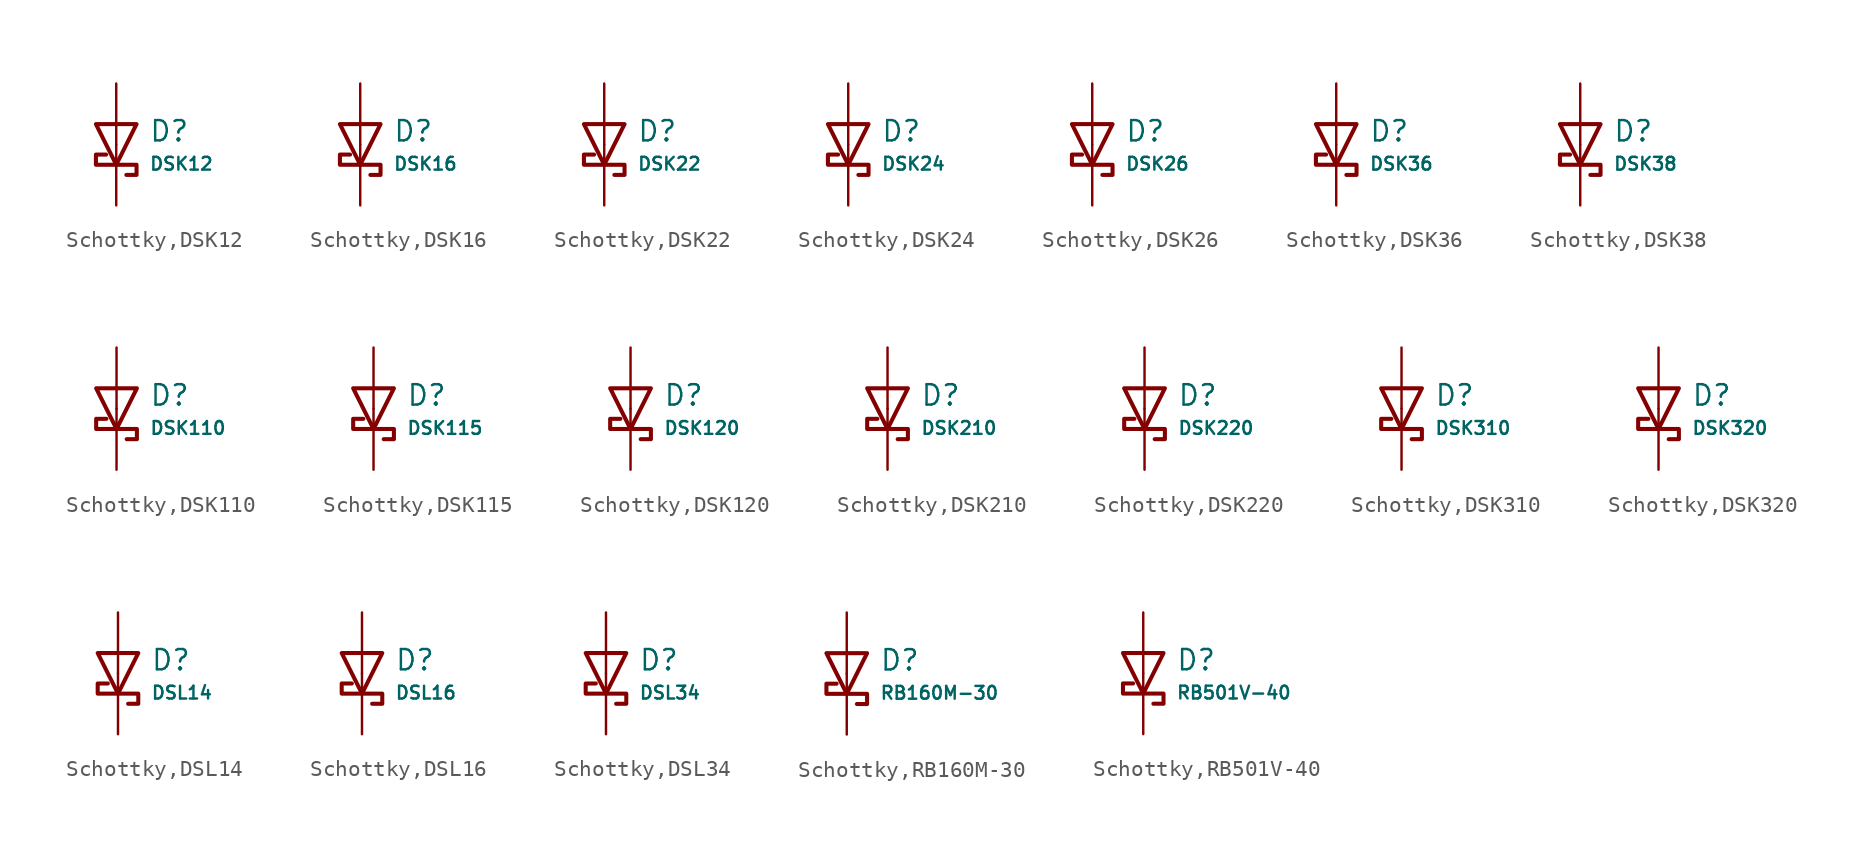
<source format=kicad_sym>
(kicad_symbol_lib
  (version 20231120)
  (generator "CDFER")
  (generator_version "8.0")
  (symbol "Schottky,DSK12"
    (pin_numbers hide)
    (pin_names
      (offset 0))
    (property "Reference" "D"
      (at 2.032 0.834 0)
      (effects (font (size 1.27 1.27)) (justify left)))
    (property "Value" "DSK12"
      (at 2.032 -1.212 0)
      (effects (font (size 0.8 0.8)) (justify left)))
    (symbol "Schottky,DSK12_0_1"
      (polyline (pts (xy -1.27 1.27) (xy 0.00 -1.27) (xy 1.27 1.27) (xy -1.27 1.27)) (stroke (width 0.254) (type default)) (fill (type none))))
    (symbol "Schottky,DSK12_0_1"
      (polyline (pts (xy 0.635 -1.905) (xy 1.27 -1.905) (xy 1.27 -1.27) (xy -1.27 -1.27) (xy -1.27 -0.635) (xy -0.635 -0.635)) (stroke (width 0.254) (type default)) (fill (type none))))
    (symbol "Schottky,DSK12_1_1"
      (pin passive line (at 0 3.81 270) (length 3.81) (name "~" (effects (font (size 1.27 1.27)))) (number "2" (effects (font (size 1.27 1.27)))))
      (pin passive line (at 0 -3.81 90) (length 3.81) (name "~" (effects (font (size 1.27 1.27)))) (number "1" (effects (font (size 1.27 1.27)))))))
  (symbol "Schottky,DSK16"
    (pin_numbers hide)
    (pin_names
      (offset 0))
    (property "Reference" "D"
      (at 2.032 0.834 0)
      (effects (font (size 1.27 1.27)) (justify left)))
    (property "Value" "DSK16"
      (at 2.032 -1.212 0)
      (effects (font (size 0.8 0.8)) (justify left)))
    (symbol "Schottky,DSK16_0_1"
      (polyline (pts (xy -1.27 1.27) (xy 0.00 -1.27) (xy 1.27 1.27) (xy -1.27 1.27)) (stroke (width 0.254) (type default)) (fill (type none))))
    (symbol "Schottky,DSK16_0_1"
      (polyline (pts (xy 0.635 -1.905) (xy 1.27 -1.905) (xy 1.27 -1.27) (xy -1.27 -1.27) (xy -1.27 -0.635) (xy -0.635 -0.635)) (stroke (width 0.254) (type default)) (fill (type none))))
    (symbol "Schottky,DSK16_1_1"
      (pin passive line (at 0 3.81 270) (length 3.81) (name "~" (effects (font (size 1.27 1.27)))) (number "2" (effects (font (size 1.27 1.27)))))
      (pin passive line (at 0 -3.81 90) (length 3.81) (name "~" (effects (font (size 1.27 1.27)))) (number "1" (effects (font (size 1.27 1.27)))))))
  (symbol "Schottky,DSK22"
    (pin_numbers hide)
    (pin_names
      (offset 0))
    (property "Reference" "D"
      (at 2.032 0.834 0)
      (effects (font (size 1.27 1.27)) (justify left)))
    (property "Value" "DSK22"
      (at 2.032 -1.212 0)
      (effects (font (size 0.8 0.8)) (justify left)))
    (symbol "Schottky,DSK22_0_1"
      (polyline (pts (xy -1.27 1.27) (xy 0.00 -1.27) (xy 1.27 1.27) (xy -1.27 1.27)) (stroke (width 0.254) (type default)) (fill (type none))))
    (symbol "Schottky,DSK22_0_1"
      (polyline (pts (xy 0.635 -1.905) (xy 1.27 -1.905) (xy 1.27 -1.27) (xy -1.27 -1.27) (xy -1.27 -0.635) (xy -0.635 -0.635)) (stroke (width 0.254) (type default)) (fill (type none))))
    (symbol "Schottky,DSK22_1_1"
      (pin passive line (at 0 3.81 270) (length 3.81) (name "~" (effects (font (size 1.27 1.27)))) (number "2" (effects (font (size 1.27 1.27)))))
      (pin passive line (at 0 -3.81 90) (length 3.81) (name "~" (effects (font (size 1.27 1.27)))) (number "1" (effects (font (size 1.27 1.27)))))))
  (symbol "Schottky,DSK24"
    (pin_numbers hide)
    (pin_names
      (offset 0))
    (property "Reference" "D"
      (at 2.032 0.834 0)
      (effects (font (size 1.27 1.27)) (justify left)))
    (property "Value" "DSK24"
      (at 2.032 -1.212 0)
      (effects (font (size 0.8 0.8)) (justify left)))
    (symbol "Schottky,DSK24_0_1"
      (polyline (pts (xy -1.27 1.27) (xy 0.00 -1.27) (xy 1.27 1.27) (xy -1.27 1.27)) (stroke (width 0.254) (type default)) (fill (type none))))
    (symbol "Schottky,DSK24_0_1"
      (polyline (pts (xy 0.635 -1.905) (xy 1.27 -1.905) (xy 1.27 -1.27) (xy -1.27 -1.27) (xy -1.27 -0.635) (xy -0.635 -0.635)) (stroke (width 0.254) (type default)) (fill (type none))))
    (symbol "Schottky,DSK24_1_1"
      (pin passive line (at 0 3.81 270) (length 3.81) (name "~" (effects (font (size 1.27 1.27)))) (number "2" (effects (font (size 1.27 1.27)))))
      (pin passive line (at 0 -3.81 90) (length 3.81) (name "~" (effects (font (size 1.27 1.27)))) (number "1" (effects (font (size 1.27 1.27)))))))
  (symbol "Schottky,DSK26"
    (pin_numbers hide)
    (pin_names
      (offset 0))
    (property "Reference" "D"
      (at 2.032 0.834 0)
      (effects (font (size 1.27 1.27)) (justify left)))
    (property "Value" "DSK26"
      (at 2.032 -1.212 0)
      (effects (font (size 0.8 0.8)) (justify left)))
    (symbol "Schottky,DSK26_0_1"
      (polyline (pts (xy -1.27 1.27) (xy 0.00 -1.27) (xy 1.27 1.27) (xy -1.27 1.27)) (stroke (width 0.254) (type default)) (fill (type none))))
    (symbol "Schottky,DSK26_0_1"
      (polyline (pts (xy 0.635 -1.905) (xy 1.27 -1.905) (xy 1.27 -1.27) (xy -1.27 -1.27) (xy -1.27 -0.635) (xy -0.635 -0.635)) (stroke (width 0.254) (type default)) (fill (type none))))
    (symbol "Schottky,DSK26_1_1"
      (pin passive line (at 0 3.81 270) (length 3.81) (name "~" (effects (font (size 1.27 1.27)))) (number "2" (effects (font (size 1.27 1.27)))))
      (pin passive line (at 0 -3.81 90) (length 3.81) (name "~" (effects (font (size 1.27 1.27)))) (number "1" (effects (font (size 1.27 1.27)))))))
  (symbol "Schottky,DSK36"
    (pin_numbers hide)
    (pin_names
      (offset 0))
    (property "Reference" "D"
      (at 2.032 0.834 0)
      (effects (font (size 1.27 1.27)) (justify left)))
    (property "Value" "DSK36"
      (at 2.032 -1.212 0)
      (effects (font (size 0.8 0.8)) (justify left)))
    (symbol "Schottky,DSK36_0_1"
      (polyline (pts (xy -1.27 1.27) (xy 0.00 -1.27) (xy 1.27 1.27) (xy -1.27 1.27)) (stroke (width 0.254) (type default)) (fill (type none))))
    (symbol "Schottky,DSK36_0_1"
      (polyline (pts (xy 0.635 -1.905) (xy 1.27 -1.905) (xy 1.27 -1.27) (xy -1.27 -1.27) (xy -1.27 -0.635) (xy -0.635 -0.635)) (stroke (width 0.254) (type default)) (fill (type none))))
    (symbol "Schottky,DSK36_1_1"
      (pin passive line (at 0 3.81 270) (length 3.81) (name "~" (effects (font (size 1.27 1.27)))) (number "2" (effects (font (size 1.27 1.27)))))
      (pin passive line (at 0 -3.81 90) (length 3.81) (name "~" (effects (font (size 1.27 1.27)))) (number "1" (effects (font (size 1.27 1.27)))))))
  (symbol "Schottky,DSK38"
    (pin_numbers hide)
    (pin_names
      (offset 0))
    (property "Reference" "D"
      (at 2.032 0.834 0)
      (effects (font (size 1.27 1.27)) (justify left)))
    (property "Value" "DSK38"
      (at 2.032 -1.212 0)
      (effects (font (size 0.8 0.8)) (justify left)))
    (symbol "Schottky,DSK38_0_1"
      (polyline (pts (xy -1.27 1.27) (xy 0.00 -1.27) (xy 1.27 1.27) (xy -1.27 1.27)) (stroke (width 0.254) (type default)) (fill (type none))))
    (symbol "Schottky,DSK38_0_1"
      (polyline (pts (xy 0.635 -1.905) (xy 1.27 -1.905) (xy 1.27 -1.27) (xy -1.27 -1.27) (xy -1.27 -0.635) (xy -0.635 -0.635)) (stroke (width 0.254) (type default)) (fill (type none))))
    (symbol "Schottky,DSK38_1_1"
      (pin passive line (at 0 3.81 270) (length 3.81) (name "~" (effects (font (size 1.27 1.27)))) (number "2" (effects (font (size 1.27 1.27)))))
      (pin passive line (at 0 -3.81 90) (length 3.81) (name "~" (effects (font (size 1.27 1.27)))) (number "1" (effects (font (size 1.27 1.27)))))))
  (symbol "Schottky,DSK110"
    (pin_numbers hide)
    (pin_names
      (offset 0))
    (property "Reference" "D"
      (at 2.032 0.834 0)
      (effects (font (size 1.27 1.27)) (justify left)))
    (property "Value" "DSK110"
      (at 2.032 -1.212 0)
      (effects (font (size 0.8 0.8)) (justify left)))
    (symbol "Schottky,DSK110_0_1"
      (polyline (pts (xy -1.27 1.27) (xy 0.00 -1.27) (xy 1.27 1.27) (xy -1.27 1.27)) (stroke (width 0.254) (type default)) (fill (type none))))
    (symbol "Schottky,DSK110_0_1"
      (polyline (pts (xy 0.635 -1.905) (xy 1.27 -1.905) (xy 1.27 -1.27) (xy -1.27 -1.27) (xy -1.27 -0.635) (xy -0.635 -0.635)) (stroke (width 0.254) (type default)) (fill (type none))))
    (symbol "Schottky,DSK110_1_1"
      (pin passive line (at 0 3.81 270) (length 3.81) (name "~" (effects (font (size 1.27 1.27)))) (number "2" (effects (font (size 1.27 1.27)))))
      (pin passive line (at 0 -3.81 90) (length 3.81) (name "~" (effects (font (size 1.27 1.27)))) (number "1" (effects (font (size 1.27 1.27)))))))
  (symbol "Schottky,DSK115"
    (pin_numbers hide)
    (pin_names
      (offset 0))
    (property "Reference" "D"
      (at 2.032 0.834 0)
      (effects (font (size 1.27 1.27)) (justify left)))
    (property "Value" "DSK115"
      (at 2.032 -1.212 0)
      (effects (font (size 0.8 0.8)) (justify left)))
    (symbol "Schottky,DSK115_0_1"
      (polyline (pts (xy -1.27 1.27) (xy 0.00 -1.27) (xy 1.27 1.27) (xy -1.27 1.27)) (stroke (width 0.254) (type default)) (fill (type none))))
    (symbol "Schottky,DSK115_0_1"
      (polyline (pts (xy 0.635 -1.905) (xy 1.27 -1.905) (xy 1.27 -1.27) (xy -1.27 -1.27) (xy -1.27 -0.635) (xy -0.635 -0.635)) (stroke (width 0.254) (type default)) (fill (type none))))
    (symbol "Schottky,DSK115_1_1"
      (pin passive line (at 0 3.81 270) (length 3.81) (name "~" (effects (font (size 1.27 1.27)))) (number "2" (effects (font (size 1.27 1.27)))))
      (pin passive line (at 0 -3.81 90) (length 3.81) (name "~" (effects (font (size 1.27 1.27)))) (number "1" (effects (font (size 1.27 1.27)))))))
  (symbol "Schottky,DSK120"
    (pin_numbers hide)
    (pin_names
      (offset 0))
    (property "Reference" "D"
      (at 2.032 0.834 0)
      (effects (font (size 1.27 1.27)) (justify left)))
    (property "Value" "DSK120"
      (at 2.032 -1.212 0)
      (effects (font (size 0.8 0.8)) (justify left)))
    (symbol "Schottky,DSK120_0_1"
      (polyline (pts (xy -1.27 1.27) (xy 0.00 -1.27) (xy 1.27 1.27) (xy -1.27 1.27)) (stroke (width 0.254) (type default)) (fill (type none))))
    (symbol "Schottky,DSK120_0_1"
      (polyline (pts (xy 0.635 -1.905) (xy 1.27 -1.905) (xy 1.27 -1.27) (xy -1.27 -1.27) (xy -1.27 -0.635) (xy -0.635 -0.635)) (stroke (width 0.254) (type default)) (fill (type none))))
    (symbol "Schottky,DSK120_1_1"
      (pin passive line (at 0 3.81 270) (length 3.81) (name "~" (effects (font (size 1.27 1.27)))) (number "2" (effects (font (size 1.27 1.27)))))
      (pin passive line (at 0 -3.81 90) (length 3.81) (name "~" (effects (font (size 1.27 1.27)))) (number "1" (effects (font (size 1.27 1.27)))))))
  (symbol "Schottky,DSK210"
    (pin_numbers hide)
    (pin_names
      (offset 0))
    (property "Reference" "D"
      (at 2.032 0.834 0)
      (effects (font (size 1.27 1.27)) (justify left)))
    (property "Value" "DSK210"
      (at 2.032 -1.212 0)
      (effects (font (size 0.8 0.8)) (justify left)))
    (symbol "Schottky,DSK210_0_1"
      (polyline (pts (xy -1.27 1.27) (xy 0.00 -1.27) (xy 1.27 1.27) (xy -1.27 1.27)) (stroke (width 0.254) (type default)) (fill (type none))))
    (symbol "Schottky,DSK210_0_1"
      (polyline (pts (xy 0.635 -1.905) (xy 1.27 -1.905) (xy 1.27 -1.27) (xy -1.27 -1.27) (xy -1.27 -0.635) (xy -0.635 -0.635)) (stroke (width 0.254) (type default)) (fill (type none))))
    (symbol "Schottky,DSK210_1_1"
      (pin passive line (at 0 3.81 270) (length 3.81) (name "~" (effects (font (size 1.27 1.27)))) (number "2" (effects (font (size 1.27 1.27)))))
      (pin passive line (at 0 -3.81 90) (length 3.81) (name "~" (effects (font (size 1.27 1.27)))) (number "1" (effects (font (size 1.27 1.27)))))))
  (symbol "Schottky,DSK220"
    (pin_numbers hide)
    (pin_names
      (offset 0))
    (property "Reference" "D"
      (at 2.032 0.834 0)
      (effects (font (size 1.27 1.27)) (justify left)))
    (property "Value" "DSK220"
      (at 2.032 -1.212 0)
      (effects (font (size 0.8 0.8)) (justify left)))
    (symbol "Schottky,DSK220_0_1"
      (polyline (pts (xy -1.27 1.27) (xy 0.00 -1.27) (xy 1.27 1.27) (xy -1.27 1.27)) (stroke (width 0.254) (type default)) (fill (type none))))
    (symbol "Schottky,DSK220_0_1"
      (polyline (pts (xy 0.635 -1.905) (xy 1.27 -1.905) (xy 1.27 -1.27) (xy -1.27 -1.27) (xy -1.27 -0.635) (xy -0.635 -0.635)) (stroke (width 0.254) (type default)) (fill (type none))))
    (symbol "Schottky,DSK220_1_1"
      (pin passive line (at 0 3.81 270) (length 3.81) (name "~" (effects (font (size 1.27 1.27)))) (number "2" (effects (font (size 1.27 1.27)))))
      (pin passive line (at 0 -3.81 90) (length 3.81) (name "~" (effects (font (size 1.27 1.27)))) (number "1" (effects (font (size 1.27 1.27)))))))
  (symbol "Schottky,DSK310"
    (pin_numbers hide)
    (pin_names
      (offset 0))
    (property "Reference" "D"
      (at 2.032 0.834 0)
      (effects (font (size 1.27 1.27)) (justify left)))
    (property "Value" "DSK310"
      (at 2.032 -1.212 0)
      (effects (font (size 0.8 0.8)) (justify left)))
    (symbol "Schottky,DSK310_0_1"
      (polyline (pts (xy -1.27 1.27) (xy 0.00 -1.27) (xy 1.27 1.27) (xy -1.27 1.27)) (stroke (width 0.254) (type default)) (fill (type none))))
    (symbol "Schottky,DSK310_0_1"
      (polyline (pts (xy 0.635 -1.905) (xy 1.27 -1.905) (xy 1.27 -1.27) (xy -1.27 -1.27) (xy -1.27 -0.635) (xy -0.635 -0.635)) (stroke (width 0.254) (type default)) (fill (type none))))
    (symbol "Schottky,DSK310_1_1"
      (pin passive line (at 0 3.81 270) (length 3.81) (name "~" (effects (font (size 1.27 1.27)))) (number "2" (effects (font (size 1.27 1.27)))))
      (pin passive line (at 0 -3.81 90) (length 3.81) (name "~" (effects (font (size 1.27 1.27)))) (number "1" (effects (font (size 1.27 1.27)))))))
  (symbol "Schottky,DSK320"
    (pin_numbers hide)
    (pin_names
      (offset 0))
    (property "Reference" "D"
      (at 2.032 0.834 0)
      (effects (font (size 1.27 1.27)) (justify left)))
    (property "Value" "DSK320"
      (at 2.032 -1.212 0)
      (effects (font (size 0.8 0.8)) (justify left)))
    (symbol "Schottky,DSK320_0_1"
      (polyline (pts (xy -1.27 1.27) (xy 0.00 -1.27) (xy 1.27 1.27) (xy -1.27 1.27)) (stroke (width 0.254) (type default)) (fill (type none))))
    (symbol "Schottky,DSK320_0_1"
      (polyline (pts (xy 0.635 -1.905) (xy 1.27 -1.905) (xy 1.27 -1.27) (xy -1.27 -1.27) (xy -1.27 -0.635) (xy -0.635 -0.635)) (stroke (width 0.254) (type default)) (fill (type none))))
    (symbol "Schottky,DSK320_1_1"
      (pin passive line (at 0 3.81 270) (length 3.81) (name "~" (effects (font (size 1.27 1.27)))) (number "2" (effects (font (size 1.27 1.27)))))
      (pin passive line (at 0 -3.81 90) (length 3.81) (name "~" (effects (font (size 1.27 1.27)))) (number "1" (effects (font (size 1.27 1.27)))))))
  (symbol "Schottky,DSL14"
    (pin_numbers hide)
    (pin_names
      (offset 0))
    (property "Reference" "D"
      (at 2.032 0.834 0)
      (effects (font (size 1.27 1.27)) (justify left)))
    (property "Value" "DSL14"
      (at 2.032 -1.212 0)
      (effects (font (size 0.8 0.8)) (justify left)))
    (symbol "Schottky,DSL14_0_1"
      (polyline (pts (xy -1.27 1.27) (xy 0.00 -1.27) (xy 1.27 1.27) (xy -1.27 1.27)) (stroke (width 0.254) (type default)) (fill (type none))))
    (symbol "Schottky,DSL14_0_1"
      (polyline (pts (xy 0.635 -1.905) (xy 1.27 -1.905) (xy 1.27 -1.27) (xy -1.27 -1.27) (xy -1.27 -0.635) (xy -0.635 -0.635)) (stroke (width 0.254) (type default)) (fill (type none))))
    (symbol "Schottky,DSL14_1_1"
      (pin passive line (at 0 3.81 270) (length 3.81) (name "~" (effects (font (size 1.27 1.27)))) (number "2" (effects (font (size 1.27 1.27)))))
      (pin passive line (at 0 -3.81 90) (length 3.81) (name "~" (effects (font (size 1.27 1.27)))) (number "1" (effects (font (size 1.27 1.27)))))))
  (symbol "Schottky,DSL16"
    (pin_numbers hide)
    (pin_names
      (offset 0))
    (property "Reference" "D"
      (at 2.032 0.834 0)
      (effects (font (size 1.27 1.27)) (justify left)))
    (property "Value" "DSL16"
      (at 2.032 -1.212 0)
      (effects (font (size 0.8 0.8)) (justify left)))
    (symbol "Schottky,DSL16_0_1"
      (polyline (pts (xy -1.27 1.27) (xy 0.00 -1.27) (xy 1.27 1.27) (xy -1.27 1.27)) (stroke (width 0.254) (type default)) (fill (type none))))
    (symbol "Schottky,DSL16_0_1"
      (polyline (pts (xy 0.635 -1.905) (xy 1.27 -1.905) (xy 1.27 -1.27) (xy -1.27 -1.27) (xy -1.27 -0.635) (xy -0.635 -0.635)) (stroke (width 0.254) (type default)) (fill (type none))))
    (symbol "Schottky,DSL16_1_1"
      (pin passive line (at 0 3.81 270) (length 3.81) (name "~" (effects (font (size 1.27 1.27)))) (number "2" (effects (font (size 1.27 1.27)))))
      (pin passive line (at 0 -3.81 90) (length 3.81) (name "~" (effects (font (size 1.27 1.27)))) (number "1" (effects (font (size 1.27 1.27)))))))
  (symbol "Schottky,DSL34"
    (pin_numbers hide)
    (pin_names
      (offset 0))
    (property "Reference" "D"
      (at 2.032 0.834 0)
      (effects (font (size 1.27 1.27)) (justify left)))
    (property "Value" "DSL34"
      (at 2.032 -1.212 0)
      (effects (font (size 0.8 0.8)) (justify left)))
    (symbol "Schottky,DSL34_0_1"
      (polyline (pts (xy -1.27 1.27) (xy 0.00 -1.27) (xy 1.27 1.27) (xy -1.27 1.27)) (stroke (width 0.254) (type default)) (fill (type none))))
    (symbol "Schottky,DSL34_0_1"
      (polyline (pts (xy 0.635 -1.905) (xy 1.27 -1.905) (xy 1.27 -1.27) (xy -1.27 -1.27) (xy -1.27 -0.635) (xy -0.635 -0.635)) (stroke (width 0.254) (type default)) (fill (type none))))
    (symbol "Schottky,DSL34_1_1"
      (pin passive line (at 0 3.81 270) (length 3.81) (name "~" (effects (font (size 1.27 1.27)))) (number "2" (effects (font (size 1.27 1.27)))))
      (pin passive line (at 0 -3.81 90) (length 3.81) (name "~" (effects (font (size 1.27 1.27)))) (number "1" (effects (font (size 1.27 1.27)))))))
  (symbol "Schottky,RB160M-30"
    (pin_numbers hide)
    (pin_names
      (offset 0))
    (property "Reference" "D"
      (at 2.032 0.834 0)
      (effects (font (size 1.27 1.27)) (justify left)))
    (property "Value" "RB160M-30"
      (at 2.032 -1.212 0)
      (effects (font (size 0.8 0.8)) (justify left)))
    (symbol "Schottky,RB160M-30_0_1"
      (polyline (pts (xy -1.27 1.27) (xy 0.00 -1.27) (xy 1.27 1.27) (xy -1.27 1.27)) (stroke (width 0.254) (type default)) (fill (type none))))
    (symbol "Schottky,RB160M-30_0_1"
      (polyline (pts (xy 0.635 -1.905) (xy 1.27 -1.905) (xy 1.27 -1.27) (xy -1.27 -1.27) (xy -1.27 -0.635) (xy -0.635 -0.635)) (stroke (width 0.254) (type default)) (fill (type none))))
    (symbol "Schottky,RB160M-30_1_1"
      (pin passive line (at 0 3.81 270) (length 3.81) (name "~" (effects (font (size 1.27 1.27)))) (number "2" (effects (font (size 1.27 1.27)))))
      (pin passive line (at 0 -3.81 90) (length 3.81) (name "~" (effects (font (size 1.27 1.27)))) (number "1" (effects (font (size 1.27 1.27)))))))
  (symbol "Schottky,RB501V-40"
    (pin_numbers hide)
    (pin_names
      (offset 0))
    (property "Reference" "D"
      (at 2.032 0.834 0)
      (effects (font (size 1.27 1.27)) (justify left)))
    (property "Value" "RB501V-40"
      (at 2.032 -1.212 0)
      (effects (font (size 0.8 0.8)) (justify left)))
    (symbol "Schottky,RB501V-40_0_1"
      (polyline (pts (xy -1.27 1.27) (xy 0.00 -1.27) (xy 1.27 1.27) (xy -1.27 1.27)) (stroke (width 0.254) (type default)) (fill (type none))))
    (symbol "Schottky,RB501V-40_0_1"
      (polyline (pts (xy 0.635 -1.905) (xy 1.27 -1.905) (xy 1.27 -1.27) (xy -1.27 -1.27) (xy -1.27 -0.635) (xy -0.635 -0.635)) (stroke (width 0.254) (type default)) (fill (type none))))
    (symbol "Schottky,RB501V-40_1_1"
      (pin passive line (at 0 3.81 270) (length 3.81) (name "~" (effects (font (size 1.27 1.27)))) (number "2" (effects (font (size 1.27 1.27)))))
      (pin passive line (at 0 -3.81 90) (length 3.81) (name "~" (effects (font (size 1.27 1.27)))) (number "1" (effects (font (size 1.27 1.27))))))))
</source>
